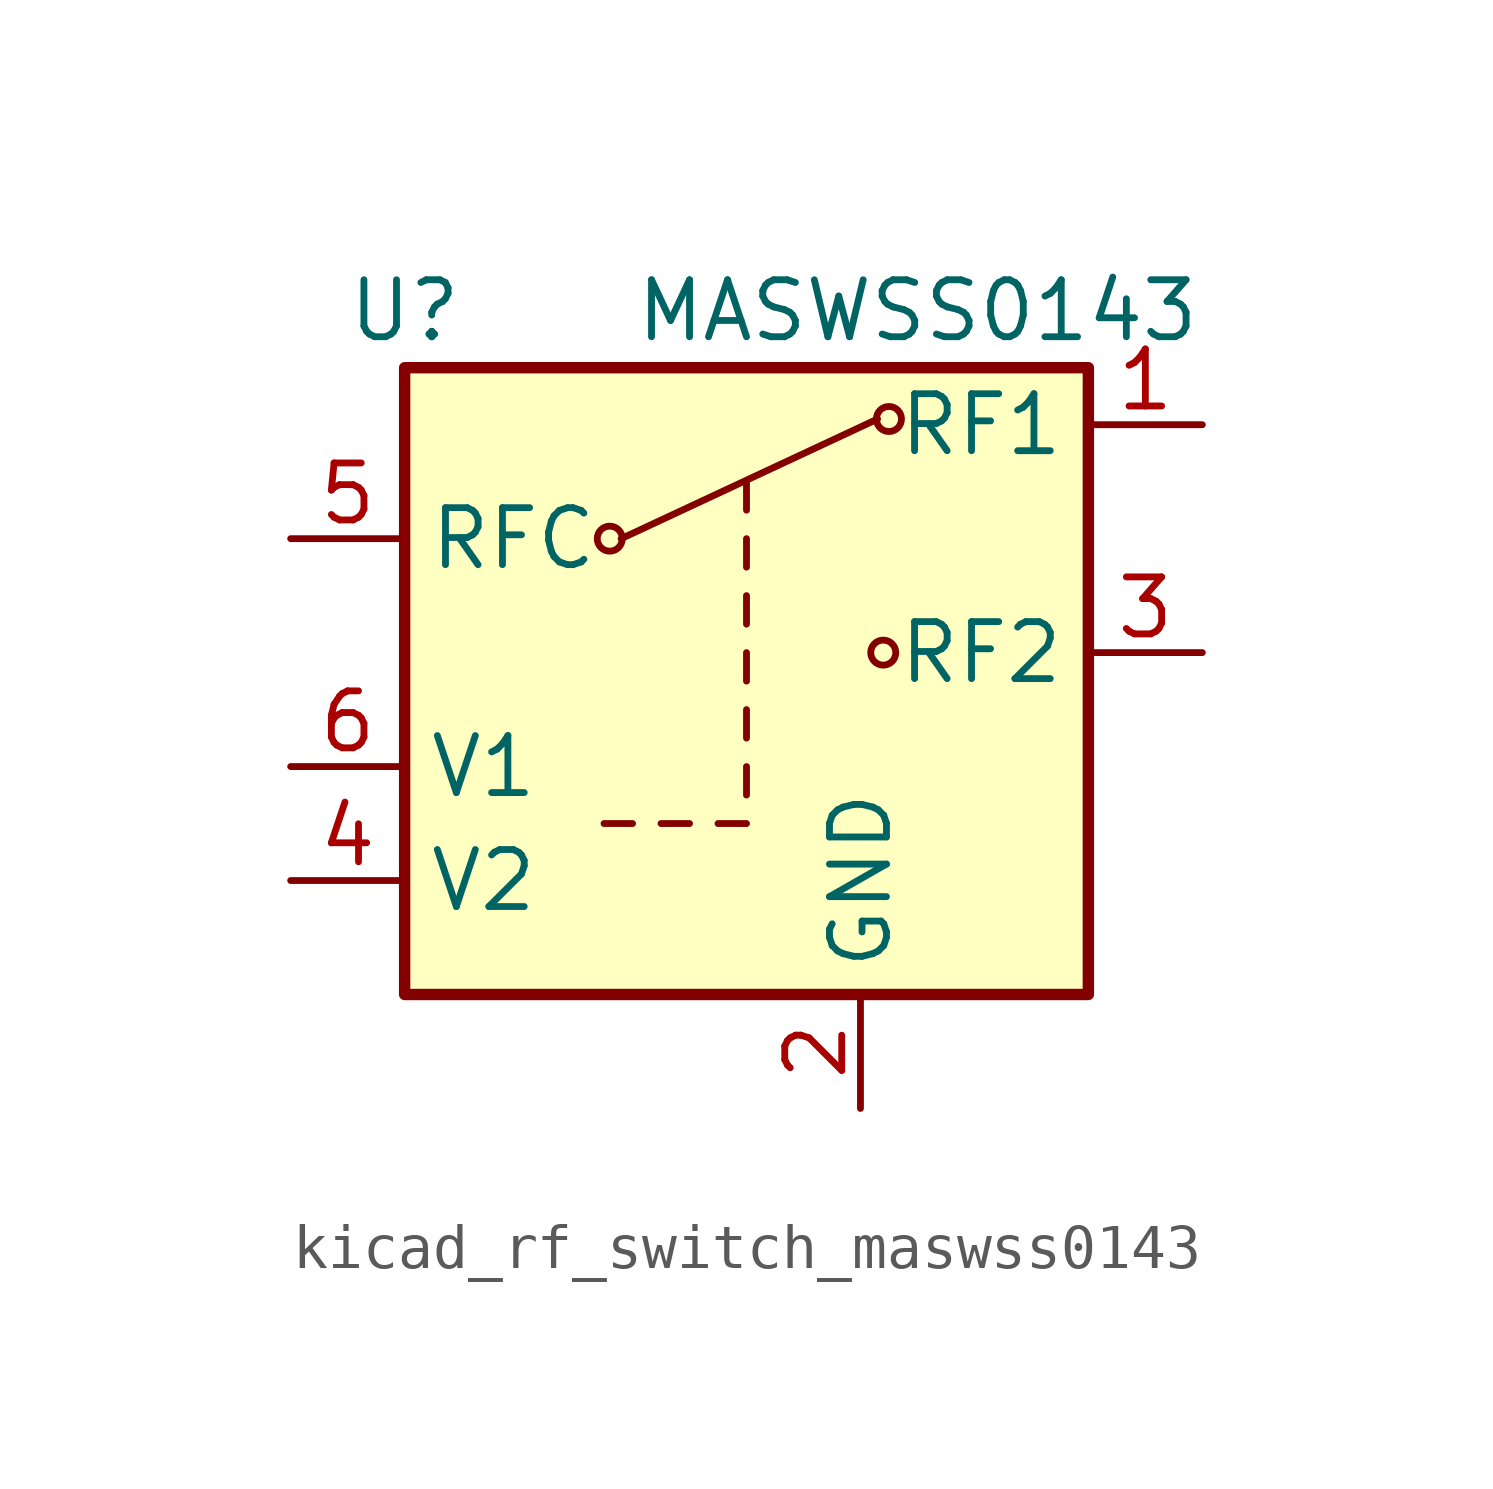
<source format=kicad_sym>
(kicad_symbol_lib
  (version 20220914)
  (generator kicad_symbol_editor)
  (symbol "kicad_rf_switch_maswss0143"
    (property "Reference" "U"
      (at -7.62 7.62 0)
      (effects (font (size 1.27 1.27))))
    (property "Value" "MASWSS0143"
      (at 3.81 7.62 0)
      (effects (font (size 1.27 1.27))))
    (symbol "kicad_rf_switch_maswss0143_0_1"
      (circle (center -3.048 2.54) (radius 0.279) (stroke (width 0) (type default)) (fill (type none)))
      (polyline (pts (xy -3.175 -3.81) (xy -2.54 -3.81)) (stroke (width 0) (type default)) (fill (type none)))
      (polyline (pts (xy -2.794 2.54) (xy 2.921 5.207)) (stroke (width 0) (type default)) (fill (type none)))
      (polyline (pts (xy -1.905 -3.81) (xy -1.27 -3.81)) (stroke (width 0) (type default)) (fill (type none)))
      (polyline (pts (xy -0.635 -3.81) (xy 0 -3.81)) (stroke (width 0) (type default)) (fill (type none)))
      (polyline (pts (xy 0 -3.175) (xy 0 -2.54)) (stroke (width 0) (type default)) (fill (type none)))
      (polyline (pts (xy 0 -1.905) (xy 0 -1.27)) (stroke (width 0) (type default)) (fill (type none)))
      (polyline (pts (xy 0 -0.635) (xy 0 0)) (stroke (width 0) (type default)) (fill (type none)))
      (polyline (pts (xy 0 0.635) (xy 0 1.27)) (stroke (width 0) (type default)) (fill (type none)))
      (polyline (pts (xy 0 1.905) (xy 0 2.54)) (stroke (width 0) (type default)) (fill (type none)))
      (polyline (pts (xy 0 3.175) (xy 0 3.81)) (stroke (width 0) (type default)) (fill (type none)))
      (circle (center 3.048 0) (radius 0.279) (stroke (width 0) (type default)) (fill (type none)))
      (circle (center 3.175 5.207) (radius 0.279) (stroke (width 0) (type default)) (fill (type none)))
      (rectangle (start 7.62 -7.62) (end -7.62 6.35) (stroke (width 0.254) (type default)) (fill (type background))))
    (symbol "kicad_rf_switch_maswss0143_1_1"
      (pin passive line (at 10.16 5.08 180) (length 2.54) (name "RF1" (effects (font (size 1.27 1.27)))) (number "1" (effects (font (size 1.27 1.27)))))
      (pin power_in line (at 2.54 -10.16 90) (length 2.54) (name "GND" (effects (font (size 1.27 1.27)))) (number "2" (effects (font (size 1.27 1.27)))))
      (pin passive line (at 10.16 0 180) (length 2.54) (name "RF2" (effects (font (size 1.27 1.27)))) (number "3" (effects (font (size 1.27 1.27)))))
      (pin input line (at -10.16 -5.08 0) (length 2.54) (name "V2" (effects (font (size 1.27 1.27)))) (number "4" (effects (font (size 1.27 1.27)))))
      (pin passive line (at -10.16 2.54 0) (length 2.54) (name "RFC" (effects (font (size 1.27 1.27)))) (number "5" (effects (font (size 1.27 1.27)))))
      (pin input line (at -10.16 -2.54 0) (length 2.54) (name "V1" (effects (font (size 1.27 1.27)))) (number "6" (effects (font (size 1.27 1.27))))))))
</source>
